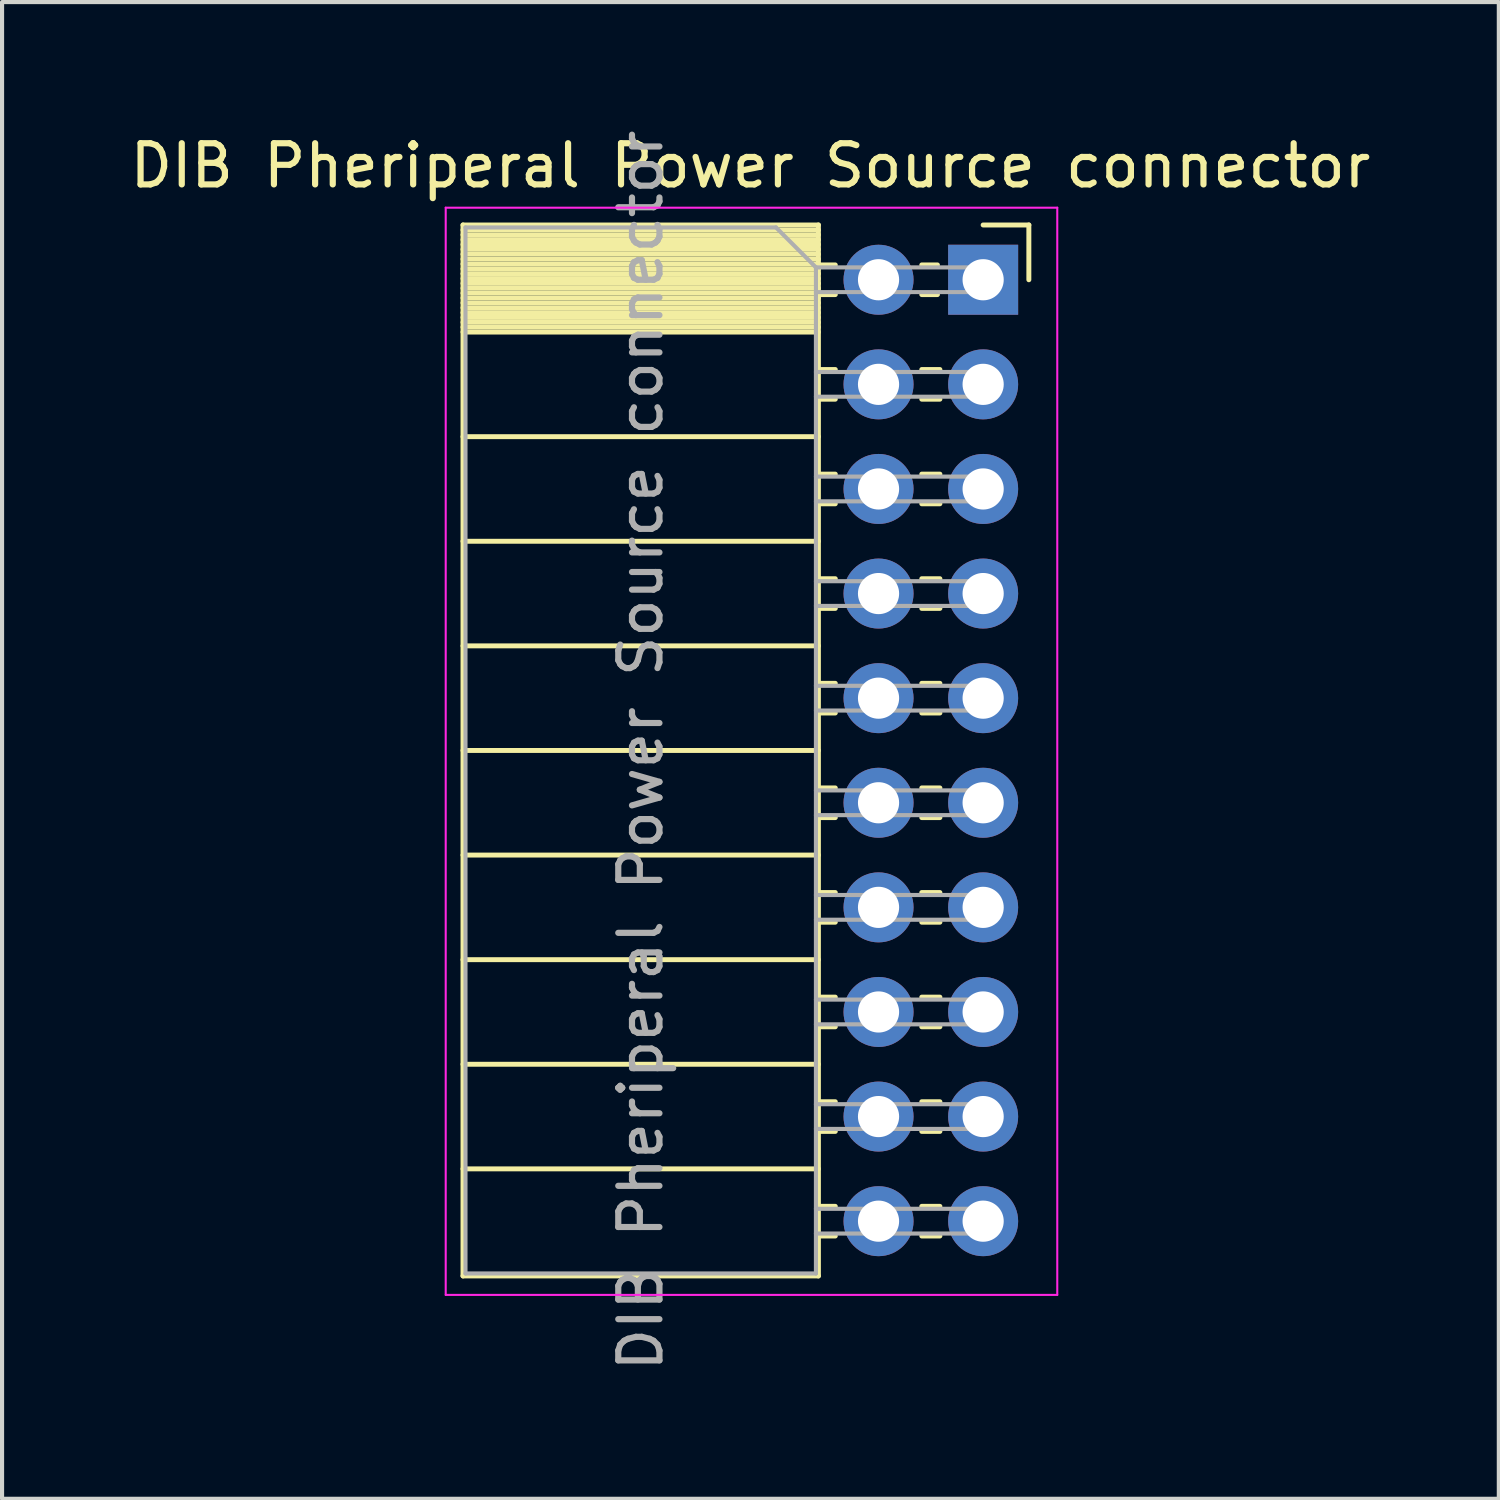
<source format=kicad_pcb>
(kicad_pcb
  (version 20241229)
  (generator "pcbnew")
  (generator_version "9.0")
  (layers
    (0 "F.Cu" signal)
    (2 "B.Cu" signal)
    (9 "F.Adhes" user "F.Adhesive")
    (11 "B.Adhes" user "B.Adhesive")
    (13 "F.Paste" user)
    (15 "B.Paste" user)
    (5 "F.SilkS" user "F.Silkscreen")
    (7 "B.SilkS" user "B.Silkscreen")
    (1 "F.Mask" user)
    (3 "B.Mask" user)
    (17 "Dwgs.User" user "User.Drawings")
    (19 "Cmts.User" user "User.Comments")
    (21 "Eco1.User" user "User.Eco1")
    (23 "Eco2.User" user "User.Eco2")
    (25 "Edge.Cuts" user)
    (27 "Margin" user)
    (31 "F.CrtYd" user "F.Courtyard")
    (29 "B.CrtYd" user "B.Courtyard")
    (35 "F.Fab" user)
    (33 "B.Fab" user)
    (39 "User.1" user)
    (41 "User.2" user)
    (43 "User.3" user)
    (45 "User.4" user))
  (footprint "DIB Pheriperal Power Source connector"
    (layer "F.Cu")
    (at 20.823 3.743)
    (property "Reference" "DIB Pheriperal Power Source connector" (at -5.65 -2.77 0) (layer "F.SilkS") (effects (font (size 1 1) (thickness 0.15))))
    (attr through_hole)
    (fp_line (start -12.63 -1.33) (end -12.63 24.19) (stroke (width 0.12) (type solid)) (layer "F.SilkS"))
    (fp_line (start -12.63 -1.33) (end -4 -1.33) (stroke (width 0.12) (type solid)) (layer "F.SilkS"))
    (fp_line (start -12.63 -1.21) (end -4 -1.21) (stroke (width 0.12) (type solid)) (layer "F.SilkS"))
    (fp_line (start -12.63 -1.092) (end -4 -1.092) (stroke (width 0.12) (type solid)) (layer "F.SilkS"))
    (fp_line (start -12.63 -0.974) (end -4 -0.974) (stroke (width 0.12) (type solid)) (layer "F.SilkS"))
    (fp_line (start -12.63 -0.856) (end -4 -0.856) (stroke (width 0.12) (type solid)) (layer "F.SilkS"))
    (fp_line (start -12.63 -0.738) (end -4 -0.738) (stroke (width 0.12) (type solid)) (layer "F.SilkS"))
    (fp_line (start -12.63 -0.62) (end -4 -0.62) (stroke (width 0.12) (type solid)) (layer "F.SilkS"))
    (fp_line (start -12.63 -0.501) (end -4 -0.501) (stroke (width 0.12) (type solid)) (layer "F.SilkS"))
    (fp_line (start -12.63 -0.383) (end -4 -0.383) (stroke (width 0.12) (type solid)) (layer "F.SilkS"))
    (fp_line (start -12.63 -0.265) (end -4 -0.265) (stroke (width 0.12) (type solid)) (layer "F.SilkS"))
    (fp_line (start -12.63 -0.147) (end -4 -0.147) (stroke (width 0.12) (type solid)) (layer "F.SilkS"))
    (fp_line (start -12.63 -0.029) (end -4 -0.029) (stroke (width 0.12) (type solid)) (layer "F.SilkS"))
    (fp_line (start -12.63 0.089) (end -4 0.089) (stroke (width 0.12) (type solid)) (layer "F.SilkS"))
    (fp_line (start -12.63 0.207) (end -4 0.207) (stroke (width 0.12) (type solid)) (layer "F.SilkS"))
    (fp_line (start -12.63 0.325) (end -4 0.325) (stroke (width 0.12) (type solid)) (layer "F.SilkS"))
    (fp_line (start -12.63 0.443) (end -4 0.443) (stroke (width 0.12) (type solid)) (layer "F.SilkS"))
    (fp_line (start -12.63 0.561) (end -4 0.561) (stroke (width 0.12) (type solid)) (layer "F.SilkS"))
    (fp_line (start -12.63 0.68) (end -4 0.68) (stroke (width 0.12) (type solid)) (layer "F.SilkS"))
    (fp_line (start -12.63 0.798) (end -4 0.798) (stroke (width 0.12) (type solid)) (layer "F.SilkS"))
    (fp_line (start -12.63 0.916) (end -4 0.916) (stroke (width 0.12) (type solid)) (layer "F.SilkS"))
    (fp_line (start -12.63 1.034) (end -4 1.034) (stroke (width 0.12) (type solid)) (layer "F.SilkS"))
    (fp_line (start -12.63 1.152) (end -4 1.152) (stroke (width 0.12) (type solid)) (layer "F.SilkS"))
    (fp_line (start -12.63 1.27) (end -4 1.27) (stroke (width 0.12) (type solid)) (layer "F.SilkS"))
    (fp_line (start -12.63 3.81) (end -4 3.81) (stroke (width 0.12) (type solid)) (layer "F.SilkS"))
    (fp_line (start -12.63 6.35) (end -4 6.35) (stroke (width 0.12) (type solid)) (layer "F.SilkS"))
    (fp_line (start -12.63 8.89) (end -4 8.89) (stroke (width 0.12) (type solid)) (layer "F.SilkS"))
    (fp_line (start -12.63 11.43) (end -4 11.43) (stroke (width 0.12) (type solid)) (layer "F.SilkS"))
    (fp_line (start -12.63 13.97) (end -4 13.97) (stroke (width 0.12) (type solid)) (layer "F.SilkS"))
    (fp_line (start -12.63 16.51) (end -4 16.51) (stroke (width 0.12) (type solid)) (layer "F.SilkS"))
    (fp_line (start -12.63 19.05) (end -4 19.05) (stroke (width 0.12) (type solid)) (layer "F.SilkS"))
    (fp_line (start -12.63 21.59) (end -4 21.59) (stroke (width 0.12) (type solid)) (layer "F.SilkS"))
    (fp_line (start -12.63 24.19) (end -4 24.19) (stroke (width 0.12) (type solid)) (layer "F.SilkS"))
    (fp_line (start -4 -1.33) (end -4 24.19) (stroke (width 0.12) (type solid)) (layer "F.SilkS"))
    (fp_line (start -4 -0.36) (end -3.59 -0.36) (stroke (width 0.12) (type solid)) (layer "F.SilkS"))
    (fp_line (start -4 0.36) (end -3.59 0.36) (stroke (width 0.12) (type solid)) (layer "F.SilkS"))
    (fp_line (start -4 2.18) (end -3.59 2.18) (stroke (width 0.12) (type solid)) (layer "F.SilkS"))
    (fp_line (start -4 2.9) (end -3.59 2.9) (stroke (width 0.12) (type solid)) (layer "F.SilkS"))
    (fp_line (start -4 4.72) (end -3.59 4.72) (stroke (width 0.12) (type solid)) (layer "F.SilkS"))
    (fp_line (start -4 5.44) (end -3.59 5.44) (stroke (width 0.12) (type solid)) (layer "F.SilkS"))
    (fp_line (start -4 7.26) (end -3.59 7.26) (stroke (width 0.12) (type solid)) (layer "F.SilkS"))
    (fp_line (start -4 7.98) (end -3.59 7.98) (stroke (width 0.12) (type solid)) (layer "F.SilkS"))
    (fp_line (start -4 9.8) (end -3.59 9.8) (stroke (width 0.12) (type solid)) (layer "F.SilkS"))
    (fp_line (start -4 10.52) (end -3.59 10.52) (stroke (width 0.12) (type solid)) (layer "F.SilkS"))
    (fp_line (start -4 12.34) (end -3.59 12.34) (stroke (width 0.12) (type solid)) (layer "F.SilkS"))
    (fp_line (start -4 13.06) (end -3.59 13.06) (stroke (width 0.12) (type solid)) (layer "F.SilkS"))
    (fp_line (start -4 14.88) (end -3.59 14.88) (stroke (width 0.12) (type solid)) (layer "F.SilkS"))
    (fp_line (start -4 15.6) (end -3.59 15.6) (stroke (width 0.12) (type solid)) (layer "F.SilkS"))
    (fp_line (start -4 17.42) (end -3.59 17.42) (stroke (width 0.12) (type solid)) (layer "F.SilkS"))
    (fp_line (start -4 18.14) (end -3.59 18.14) (stroke (width 0.12) (type solid)) (layer "F.SilkS"))
    (fp_line (start -4 19.96) (end -3.59 19.96) (stroke (width 0.12) (type solid)) (layer "F.SilkS"))
    (fp_line (start -4 20.68) (end -3.59 20.68) (stroke (width 0.12) (type solid)) (layer "F.SilkS"))
    (fp_line (start -4 22.5) (end -3.59 22.5) (stroke (width 0.12) (type solid)) (layer "F.SilkS"))
    (fp_line (start -4 23.22) (end -3.59 23.22) (stroke (width 0.12) (type solid)) (layer "F.SilkS"))
    (fp_line (start -1.49 -0.36) (end -1.11 -0.36) (stroke (width 0.12) (type solid)) (layer "F.SilkS"))
    (fp_line (start -1.49 0.36) (end -1.11 0.36) (stroke (width 0.12) (type solid)) (layer "F.SilkS"))
    (fp_line (start -1.49 2.18) (end -1.05 2.18) (stroke (width 0.12) (type solid)) (layer "F.SilkS"))
    (fp_line (start -1.49 2.9) (end -1.05 2.9) (stroke (width 0.12) (type solid)) (layer "F.SilkS"))
    (fp_line (start -1.49 4.72) (end -1.05 4.72) (stroke (width 0.12) (type solid)) (layer "F.SilkS"))
    (fp_line (start -1.49 5.44) (end -1.05 5.44) (stroke (width 0.12) (type solid)) (layer "F.SilkS"))
    (fp_line (start -1.49 7.26) (end -1.05 7.26) (stroke (width 0.12) (type solid)) (layer "F.SilkS"))
    (fp_line (start -1.49 7.98) (end -1.05 7.98) (stroke (width 0.12) (type solid)) (layer "F.SilkS"))
    (fp_line (start -1.49 9.8) (end -1.05 9.8) (stroke (width 0.12) (type solid)) (layer "F.SilkS"))
    (fp_line (start -1.49 10.52) (end -1.05 10.52) (stroke (width 0.12) (type solid)) (layer "F.SilkS"))
    (fp_line (start -1.49 12.34) (end -1.05 12.34) (stroke (width 0.12) (type solid)) (layer "F.SilkS"))
    (fp_line (start -1.49 13.06) (end -1.05 13.06) (stroke (width 0.12) (type solid)) (layer "F.SilkS"))
    (fp_line (start -1.49 14.88) (end -1.05 14.88) (stroke (width 0.12) (type solid)) (layer "F.SilkS"))
    (fp_line (start -1.49 15.6) (end -1.05 15.6) (stroke (width 0.12) (type solid)) (layer "F.SilkS"))
    (fp_line (start -1.49 17.42) (end -1.05 17.42) (stroke (width 0.12) (type solid)) (layer "F.SilkS"))
    (fp_line (start -1.49 18.14) (end -1.05 18.14) (stroke (width 0.12) (type solid)) (layer "F.SilkS"))
    (fp_line (start -1.49 19.96) (end -1.05 19.96) (stroke (width 0.12) (type solid)) (layer "F.SilkS"))
    (fp_line (start -1.49 20.68) (end -1.05 20.68) (stroke (width 0.12) (type solid)) (layer "F.SilkS"))
    (fp_line (start -1.49 22.5) (end -1.05 22.5) (stroke (width 0.12) (type solid)) (layer "F.SilkS"))
    (fp_line (start -1.49 23.22) (end -1.05 23.22) (stroke (width 0.12) (type solid)) (layer "F.SilkS"))
    (fp_line (start 0 -1.33) (end 1.11 -1.33) (stroke (width 0.12) (type solid)) (layer "F.SilkS"))
    (fp_line (start 1.11 -1.33) (end 1.11 0) (stroke (width 0.12) (type solid)) (layer "F.SilkS"))
    (fp_line (start -13.05 -1.75) (end -13.05 24.65) (stroke (width 0.05) (type solid)) (layer "F.CrtYd"))
    (fp_line (start -13.05 24.65) (end 1.8 24.65) (stroke (width 0.05) (type solid)) (layer "F.CrtYd"))
    (fp_line (start 1.8 -1.75) (end -13.05 -1.75) (stroke (width 0.05) (type solid)) (layer "F.CrtYd"))
    (fp_line (start 1.8 24.65) (end 1.8 -1.75) (stroke (width 0.05) (type solid)) (layer "F.CrtYd"))
    (fp_line (start -12.57 -1.27) (end -5.03 -1.27) (stroke (width 0.1) (type solid)) (layer "F.Fab"))
    (fp_line (start -12.57 24.13) (end -12.57 -1.27) (stroke (width 0.1) (type solid)) (layer "F.Fab"))
    (fp_line (start -5.03 -1.27) (end -4.06 -0.3) (stroke (width 0.1) (type solid)) (layer "F.Fab"))
    (fp_line (start -4.06 -0.3) (end -4.06 24.13) (stroke (width 0.1) (type solid)) (layer "F.Fab"))
    (fp_line (start -4.06 0.3) (end 0 0.3) (stroke (width 0.1) (type solid)) (layer "F.Fab"))
    (fp_line (start -4.06 2.84) (end 0 2.84) (stroke (width 0.1) (type solid)) (layer "F.Fab"))
    (fp_line (start -4.06 5.38) (end 0 5.38) (stroke (width 0.1) (type solid)) (layer "F.Fab"))
    (fp_line (start -4.06 7.92) (end 0 7.92) (stroke (width 0.1) (type solid)) (layer "F.Fab"))
    (fp_line (start -4.06 10.46) (end 0 10.46) (stroke (width 0.1) (type solid)) (layer "F.Fab"))
    (fp_line (start -4.06 13) (end 0 13) (stroke (width 0.1) (type solid)) (layer "F.Fab"))
    (fp_line (start -4.06 15.54) (end 0 15.54) (stroke (width 0.1) (type solid)) (layer "F.Fab"))
    (fp_line (start -4.06 18.08) (end 0 18.08) (stroke (width 0.1) (type solid)) (layer "F.Fab"))
    (fp_line (start -4.06 20.62) (end 0 20.62) (stroke (width 0.1) (type solid)) (layer "F.Fab"))
    (fp_line (start -4.06 23.16) (end 0 23.16) (stroke (width 0.1) (type solid)) (layer "F.Fab"))
    (fp_line (start -4.06 24.13) (end -12.57 24.13) (stroke (width 0.1) (type solid)) (layer "F.Fab"))
    (fp_line (start 0 -0.3) (end -4.06 -0.3) (stroke (width 0.1) (type solid)) (layer "F.Fab"))
    (fp_line (start 0 0.3) (end 0 -0.3) (stroke (width 0.1) (type solid)) (layer "F.Fab"))
    (fp_line (start 0 2.24) (end -4.06 2.24) (stroke (width 0.1) (type solid)) (layer "F.Fab"))
    (fp_line (start 0 2.84) (end 0 2.24) (stroke (width 0.1) (type solid)) (layer "F.Fab"))
    (fp_line (start 0 4.78) (end -4.06 4.78) (stroke (width 0.1) (type solid)) (layer "F.Fab"))
    (fp_line (start 0 5.38) (end 0 4.78) (stroke (width 0.1) (type solid)) (layer "F.Fab"))
    (fp_line (start 0 7.32) (end -4.06 7.32) (stroke (width 0.1) (type solid)) (layer "F.Fab"))
    (fp_line (start 0 7.92) (end 0 7.32) (stroke (width 0.1) (type solid)) (layer "F.Fab"))
    (fp_line (start 0 9.86) (end -4.06 9.86) (stroke (width 0.1) (type solid)) (layer "F.Fab"))
    (fp_line (start 0 10.46) (end 0 9.86) (stroke (width 0.1) (type solid)) (layer "F.Fab"))
    (fp_line (start 0 12.4) (end -4.06 12.4) (stroke (width 0.1) (type solid)) (layer "F.Fab"))
    (fp_line (start 0 13) (end 0 12.4) (stroke (width 0.1) (type solid)) (layer "F.Fab"))
    (fp_line (start 0 14.94) (end -4.06 14.94) (stroke (width 0.1) (type solid)) (layer "F.Fab"))
    (fp_line (start 0 15.54) (end 0 14.94) (stroke (width 0.1) (type solid)) (layer "F.Fab"))
    (fp_line (start 0 17.48) (end -4.06 17.48) (stroke (width 0.1) (type solid)) (layer "F.Fab"))
    (fp_line (start 0 18.08) (end 0 17.48) (stroke (width 0.1) (type solid)) (layer "F.Fab"))
    (fp_line (start 0 20.02) (end -4.06 20.02) (stroke (width 0.1) (type solid)) (layer "F.Fab"))
    (fp_line (start 0 20.62) (end 0 20.02) (stroke (width 0.1) (type solid)) (layer "F.Fab"))
    (fp_line (start 0 22.56) (end -4.06 22.56) (stroke (width 0.1) (type solid)) (layer "F.Fab"))
    (fp_line (start 0 23.16) (end 0 22.56) (stroke (width 0.1) (type solid)) (layer "F.Fab"))
    (fp_text user "${REFERENCE}" (at -8.315 11.43 90) (layer "F.Fab") (effects (font (size 1 1) (thickness 0.15))))
    (pad "1" thru_hole oval (at -2.54 0) (size 1.7 1.7) (drill 1) (layers "*.Cu" "*.Mask"))
    (pad "2" thru_hole rect (at 0 0) (size 1.7 1.7) (drill 1) (layers "*.Cu" "*.Mask"))
    (pad "3" thru_hole oval (at -2.54 2.54) (size 1.7 1.7) (drill 1) (layers "*.Cu" "*.Mask"))
    (pad "4" thru_hole oval (at 0 2.54) (size 1.7 1.7) (drill 1) (layers "*.Cu" "*.Mask"))
    (pad "5" thru_hole oval (at -2.54 5.08) (size 1.7 1.7) (drill 1) (layers "*.Cu" "*.Mask"))
    (pad "6" thru_hole oval (at 0 5.08) (size 1.7 1.7) (drill 1) (layers "*.Cu" "*.Mask"))
    (pad "8" thru_hole oval (at -2.54 7.62) (size 1.7 1.7) (drill 1) (layers "*.Cu" "*.Mask"))
    (pad "8" thru_hole oval (at 0 7.62) (size 1.7 1.7) (drill 1) (layers "*.Cu" "*.Mask"))
    (pad "9" thru_hole oval (at -2.54 10.16) (size 1.7 1.7) (drill 1) (layers "*.Cu" "*.Mask"))
    (pad "10" thru_hole oval (at 0 10.16) (size 1.7 1.7) (drill 1) (layers "*.Cu" "*.Mask"))
    (pad "11" thru_hole oval (at -2.54 12.7) (size 1.7 1.7) (drill 1) (layers "*.Cu" "*.Mask"))
    (pad "12" thru_hole oval (at 0 12.7) (size 1.7 1.7) (drill 1) (layers "*.Cu" "*.Mask"))
    (pad "13" thru_hole oval (at -2.54 15.24) (size 1.7 1.7) (drill 1) (layers "*.Cu" "*.Mask"))
    (pad "14" thru_hole oval (at 0 15.24) (size 1.7 1.7) (drill 1) (layers "*.Cu" "*.Mask"))
    (pad "15" thru_hole oval (at -2.54 17.78) (size 1.7 1.7) (drill 1) (layers "*.Cu" "*.Mask"))
    (pad "16" thru_hole oval (at 0 17.78) (size 1.7 1.7) (drill 1) (layers "*.Cu" "*.Mask"))
    (pad "17" thru_hole oval (at -2.54 20.32) (size 1.7 1.7) (drill 1) (layers "*.Cu" "*.Mask"))
    (pad "18" thru_hole oval (at 0 20.32) (size 1.7 1.7) (drill 1) (layers "*.Cu" "*.Mask"))
    (pad "19" thru_hole oval (at -2.54 22.86) (size 1.7 1.7) (drill 1) (layers "*.Cu" "*.Mask"))
    (pad "20" thru_hole oval (at 0 22.86) (size 1.7 1.7) (drill 1) (layers "*.Cu" "*.Mask")))
  (gr_rect
    (start -3 -3)
    (end 33.345 33.345)
    (stroke (width 0.1) (type default))
    (fill no)
    (layer "Edge.Cuts")))
</source>
